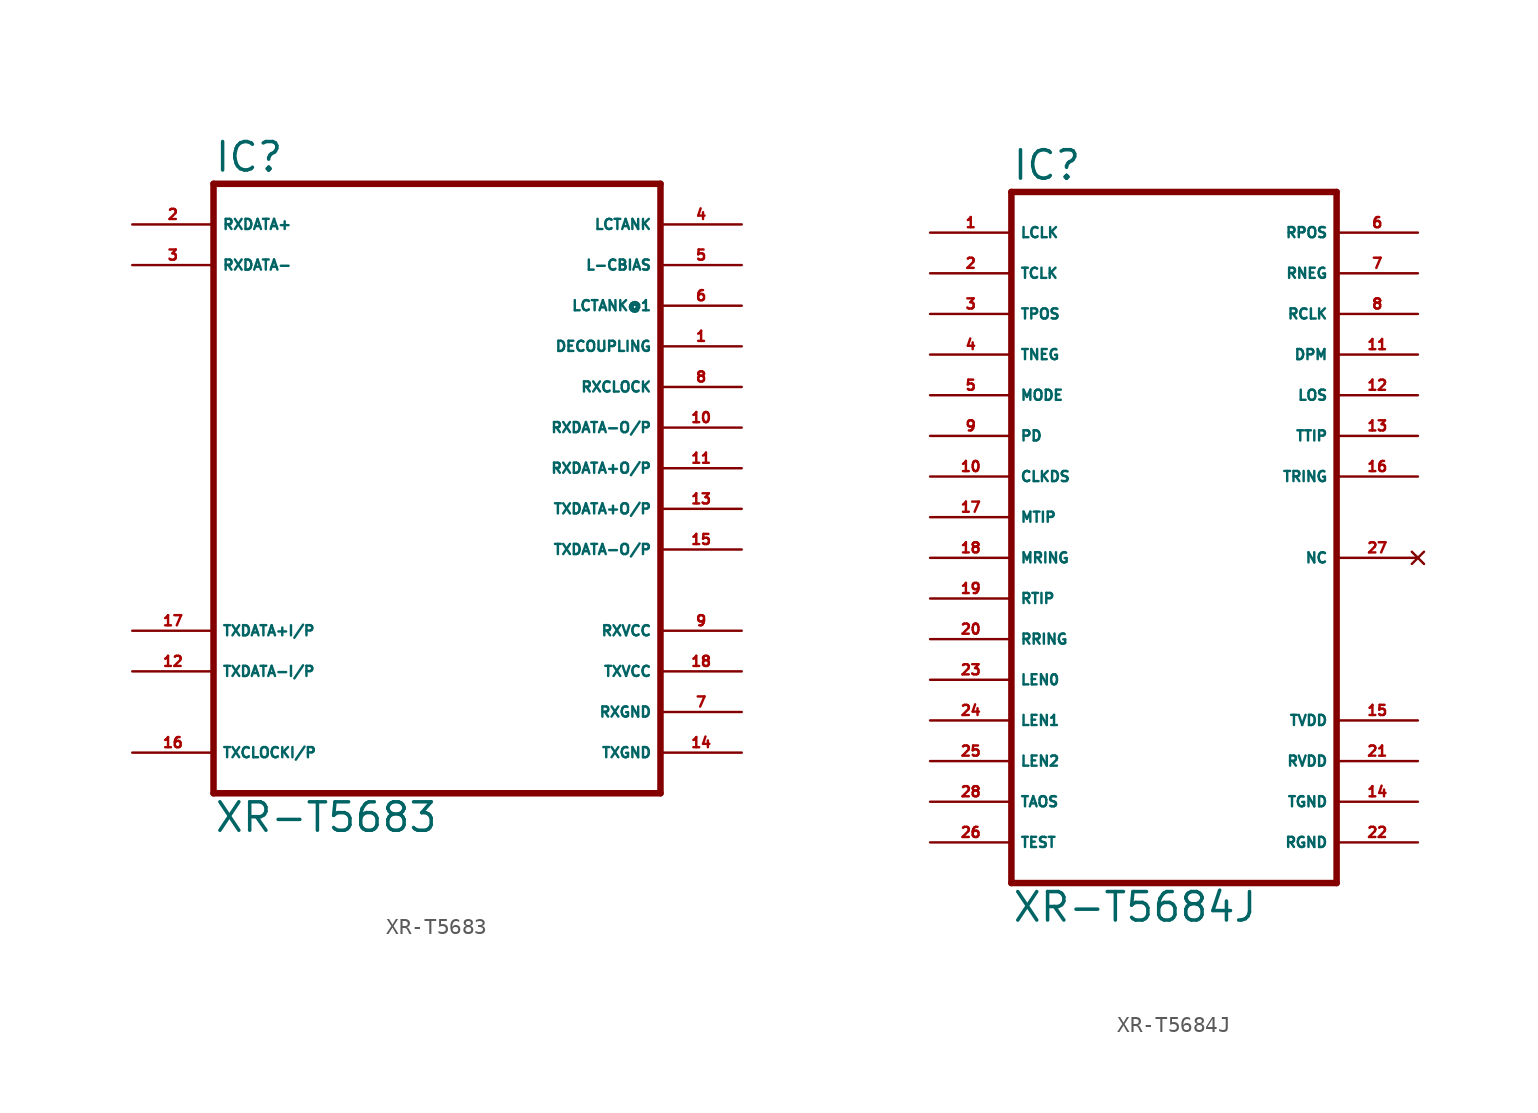
<source format=kicad_sym>
(kicad_symbol_lib
  (version 20220914)
  (generator Eagle2Kicad)
  (symbol "XR-T5683"
    (property "Reference" "IC"
      (at -12.7 20.955 0)
      (effects (font (size 1.778 1.778) (thickness 0.22)) (justify left bottom)))
    (property "Value" "XR-T5683"
      (at -12.7 -20.32 0)
      (effects (font (size 1.778 1.778) (thickness 0.22)) (justify left bottom)))
    (polyline
      (pts (xy 15.24 -17.78) (xy -12.7 -17.78))
      (stroke (width 0.406) (type default))
      (fill (type none)))
    (polyline
      (pts (xy -12.7 -17.78) (xy -12.7 20.32))
      (stroke (width 0.406) (type default))
      (fill (type none)))
    (polyline
      (pts (xy -12.7 20.32) (xy 15.24 20.32))
      (stroke (width 0.406) (type default))
      (fill (type none)))
    (polyline
      (pts (xy 15.24 20.32) (xy 15.24 -17.78))
      (stroke (width 0.406) (type default))
      (fill (type none)))
    (pin input line
      (at -17.78 17.78 0)
      (length 5.08)
      (name "RXDATA+" (effects (font (size 0.635 0.635) (thickness 0.08)) (justify left bottom)))
      (number "2" (effects (font (size 0.635 0.635) (thickness 0.08)) (justify left bottom))))
    (pin input line
      (at -17.78 15.24 0)
      (length 5.08)
      (name "RXDATA-" (effects (font (size 0.635 0.635) (thickness 0.08)) (justify left bottom)))
      (number "3" (effects (font (size 0.635 0.635) (thickness 0.08)) (justify left bottom))))
    (pin input line
      (at -17.78 -10.16 0)
      (length 5.08)
      (name "TXDATA-I/P" (effects (font (size 0.635 0.635) (thickness 0.08)) (justify left bottom)))
      (number "12" (effects (font (size 0.635 0.635) (thickness 0.08)) (justify left bottom))))
    (pin input line
      (at -17.78 -7.62 0)
      (length 5.08)
      (name "TXDATA+I/P" (effects (font (size 0.635 0.635) (thickness 0.08)) (justify left bottom)))
      (number "17" (effects (font (size 0.635 0.635) (thickness 0.08)) (justify left bottom))))
    (pin output line
      (at 20.32 17.78 180)
      (length 5.08)
      (name "LCTANK" (effects (font (size 0.635 0.635) (thickness 0.08)) (justify left bottom)))
      (number "4" (effects (font (size 0.635 0.635) (thickness 0.08)) (justify left bottom))))
    (pin output line
      (at 20.32 12.7 180)
      (length 5.08)
      (name "LCTANK@1" (effects (font (size 0.635 0.635) (thickness 0.08)) (justify left bottom)))
      (number "6" (effects (font (size 0.635 0.635) (thickness 0.08)) (justify left bottom))))
    (pin output line
      (at 20.32 10.16 180)
      (length 5.08)
      (name "DECOUPLING" (effects (font (size 0.635 0.635) (thickness 0.08)) (justify left bottom)))
      (number "1" (effects (font (size 0.635 0.635) (thickness 0.08)) (justify left bottom))))
    (pin output line
      (at 20.32 7.62 180)
      (length 5.08)
      (name "RXCLOCK" (effects (font (size 0.635 0.635) (thickness 0.08)) (justify left bottom)))
      (number "8" (effects (font (size 0.635 0.635) (thickness 0.08)) (justify left bottom))))
    (pin output line
      (at 20.32 5.08 180)
      (length 5.08)
      (name "RXDATA-O/P" (effects (font (size 0.635 0.635) (thickness 0.08)) (justify left bottom)))
      (number "10" (effects (font (size 0.635 0.635) (thickness 0.08)) (justify left bottom))))
    (pin output line
      (at 20.32 2.54 180)
      (length 5.08)
      (name "RXDATA+O/P" (effects (font (size 0.635 0.635) (thickness 0.08)) (justify left bottom)))
      (number "11" (effects (font (size 0.635 0.635) (thickness 0.08)) (justify left bottom))))
    (pin output line
      (at 20.32 0 180)
      (length 5.08)
      (name "TXDATA+O/P" (effects (font (size 0.635 0.635) (thickness 0.08)) (justify left bottom)))
      (number "13" (effects (font (size 0.635 0.635) (thickness 0.08)) (justify left bottom))))
    (pin output line
      (at 20.32 -2.54 180)
      (length 5.08)
      (name "TXDATA-O/P" (effects (font (size 0.635 0.635) (thickness 0.08)) (justify left bottom)))
      (number "15" (effects (font (size 0.635 0.635) (thickness 0.08)) (justify left bottom))))
    (pin unspecified line
      (at 20.32 -7.62 180)
      (length 5.08)
      (name "RXVCC" (effects (font (size 0.635 0.635) (thickness 0.08)) (justify left bottom)))
      (number "9" (effects (font (size 0.635 0.635) (thickness 0.08)) (justify left bottom))))
    (pin unspecified line
      (at 20.32 -10.16 180)
      (length 5.08)
      (name "TXVCC" (effects (font (size 0.635 0.635) (thickness 0.08)) (justify left bottom)))
      (number "18" (effects (font (size 0.635 0.635) (thickness 0.08)) (justify left bottom))))
    (pin unspecified line
      (at 20.32 -12.7 180)
      (length 5.08)
      (name "RXGND" (effects (font (size 0.635 0.635) (thickness 0.08)) (justify left bottom)))
      (number "7" (effects (font (size 0.635 0.635) (thickness 0.08)) (justify left bottom))))
    (pin unspecified line
      (at 20.32 -15.24 180)
      (length 5.08)
      (name "TXGND" (effects (font (size 0.635 0.635) (thickness 0.08)) (justify left bottom)))
      (number "14" (effects (font (size 0.635 0.635) (thickness 0.08)) (justify left bottom))))
    (pin output line
      (at 20.32 15.24 180)
      (length 5.08)
      (name "L-CBIAS" (effects (font (size 0.635 0.635) (thickness 0.08)) (justify left bottom)))
      (number "5" (effects (font (size 0.635 0.635) (thickness 0.08)) (justify left bottom))))
    (pin input line
      (at -17.78 -15.24 0)
      (length 5.08)
      (name "TXCLOCKI/P" (effects (font (size 0.635 0.635) (thickness 0.08)) (justify left bottom)))
      (number "16" (effects (font (size 0.635 0.635) (thickness 0.08)) (justify left bottom)))))
  (symbol "XR-T5684J"
    (property "Reference" "IC"
      (at -10.16 26.035 0)
      (effects (font (size 1.778 1.778) (thickness 0.22)) (justify left bottom)))
    (property "Value" "XR-T5684J"
      (at -10.16 -20.32 0)
      (effects (font (size 1.778 1.778) (thickness 0.22)) (justify left bottom)))
    (polyline
      (pts (xy -10.16 25.4) (xy 10.16 25.4))
      (stroke (width 0.406) (type default))
      (fill (type none)))
    (polyline
      (pts (xy 10.16 25.4) (xy 10.16 -17.78))
      (stroke (width 0.406) (type default))
      (fill (type none)))
    (polyline
      (pts (xy 10.16 -17.78) (xy -10.16 -17.78))
      (stroke (width 0.406) (type default))
      (fill (type none)))
    (polyline
      (pts (xy -10.16 -17.78) (xy -10.16 25.4))
      (stroke (width 0.406) (type default))
      (fill (type none)))
    (pin input line
      (at -15.24 22.86 0)
      (length 5.08)
      (name "LCLK" (effects (font (size 0.635 0.635) (thickness 0.08)) (justify left bottom)))
      (number "1" (effects (font (size 0.635 0.635) (thickness 0.08)) (justify left bottom))))
    (pin input line
      (at -15.24 20.32 0)
      (length 5.08)
      (name "TCLK" (effects (font (size 0.635 0.635) (thickness 0.08)) (justify left bottom)))
      (number "2" (effects (font (size 0.635 0.635) (thickness 0.08)) (justify left bottom))))
    (pin input line
      (at -15.24 17.78 0)
      (length 5.08)
      (name "TPOS" (effects (font (size 0.635 0.635) (thickness 0.08)) (justify left bottom)))
      (number "3" (effects (font (size 0.635 0.635) (thickness 0.08)) (justify left bottom))))
    (pin input line
      (at -15.24 15.24 0)
      (length 5.08)
      (name "TNEG" (effects (font (size 0.635 0.635) (thickness 0.08)) (justify left bottom)))
      (number "4" (effects (font (size 0.635 0.635) (thickness 0.08)) (justify left bottom))))
    (pin input line
      (at -15.24 12.7 0)
      (length 5.08)
      (name "MODE" (effects (font (size 0.635 0.635) (thickness 0.08)) (justify left bottom)))
      (number "5" (effects (font (size 0.635 0.635) (thickness 0.08)) (justify left bottom))))
    (pin input line
      (at -15.24 10.16 0)
      (length 5.08)
      (name "PD" (effects (font (size 0.635 0.635) (thickness 0.08)) (justify left bottom)))
      (number "9" (effects (font (size 0.635 0.635) (thickness 0.08)) (justify left bottom))))
    (pin input line
      (at -15.24 7.62 0)
      (length 5.08)
      (name "CLKDS" (effects (font (size 0.635 0.635) (thickness 0.08)) (justify left bottom)))
      (number "10" (effects (font (size 0.635 0.635) (thickness 0.08)) (justify left bottom))))
    (pin input line
      (at -15.24 5.08 0)
      (length 5.08)
      (name "MTIP" (effects (font (size 0.635 0.635) (thickness 0.08)) (justify left bottom)))
      (number "17" (effects (font (size 0.635 0.635) (thickness 0.08)) (justify left bottom))))
    (pin input line
      (at -15.24 2.54 0)
      (length 5.08)
      (name "MRING" (effects (font (size 0.635 0.635) (thickness 0.08)) (justify left bottom)))
      (number "18" (effects (font (size 0.635 0.635) (thickness 0.08)) (justify left bottom))))
    (pin input line
      (at -15.24 0 0)
      (length 5.08)
      (name "RTIP" (effects (font (size 0.635 0.635) (thickness 0.08)) (justify left bottom)))
      (number "19" (effects (font (size 0.635 0.635) (thickness 0.08)) (justify left bottom))))
    (pin input line
      (at -15.24 -2.54 0)
      (length 5.08)
      (name "RRING" (effects (font (size 0.635 0.635) (thickness 0.08)) (justify left bottom)))
      (number "20" (effects (font (size 0.635 0.635) (thickness 0.08)) (justify left bottom))))
    (pin input line
      (at -15.24 -5.08 0)
      (length 5.08)
      (name "LEN0" (effects (font (size 0.635 0.635) (thickness 0.08)) (justify left bottom)))
      (number "23" (effects (font (size 0.635 0.635) (thickness 0.08)) (justify left bottom))))
    (pin input line
      (at -15.24 -7.62 0)
      (length 5.08)
      (name "LEN1" (effects (font (size 0.635 0.635) (thickness 0.08)) (justify left bottom)))
      (number "24" (effects (font (size 0.635 0.635) (thickness 0.08)) (justify left bottom))))
    (pin input line
      (at -15.24 -10.16 0)
      (length 5.08)
      (name "LEN2" (effects (font (size 0.635 0.635) (thickness 0.08)) (justify left bottom)))
      (number "25" (effects (font (size 0.635 0.635) (thickness 0.08)) (justify left bottom))))
    (pin input line
      (at -15.24 -12.7 0)
      (length 5.08)
      (name "TAOS" (effects (font (size 0.635 0.635) (thickness 0.08)) (justify left bottom)))
      (number "28" (effects (font (size 0.635 0.635) (thickness 0.08)) (justify left bottom))))
    (pin input line
      (at -15.24 -15.24 0)
      (length 5.08)
      (name "TEST" (effects (font (size 0.635 0.635) (thickness 0.08)) (justify left bottom)))
      (number "26" (effects (font (size 0.635 0.635) (thickness 0.08)) (justify left bottom))))
    (pin output line
      (at 15.24 22.86 180)
      (length 5.08)
      (name "RPOS" (effects (font (size 0.635 0.635) (thickness 0.08)) (justify left bottom)))
      (number "6" (effects (font (size 0.635 0.635) (thickness 0.08)) (justify left bottom))))
    (pin output line
      (at 15.24 20.32 180)
      (length 5.08)
      (name "RNEG" (effects (font (size 0.635 0.635) (thickness 0.08)) (justify left bottom)))
      (number "7" (effects (font (size 0.635 0.635) (thickness 0.08)) (justify left bottom))))
    (pin output line
      (at 15.24 17.78 180)
      (length 5.08)
      (name "RCLK" (effects (font (size 0.635 0.635) (thickness 0.08)) (justify left bottom)))
      (number "8" (effects (font (size 0.635 0.635) (thickness 0.08)) (justify left bottom))))
    (pin output line
      (at 15.24 15.24 180)
      (length 5.08)
      (name "DPM" (effects (font (size 0.635 0.635) (thickness 0.08)) (justify left bottom)))
      (number "11" (effects (font (size 0.635 0.635) (thickness 0.08)) (justify left bottom))))
    (pin output line
      (at 15.24 12.7 180)
      (length 5.08)
      (name "LOS" (effects (font (size 0.635 0.635) (thickness 0.08)) (justify left bottom)))
      (number "12" (effects (font (size 0.635 0.635) (thickness 0.08)) (justify left bottom))))
    (pin output line
      (at 15.24 10.16 180)
      (length 5.08)
      (name "TTIP" (effects (font (size 0.635 0.635) (thickness 0.08)) (justify left bottom)))
      (number "13" (effects (font (size 0.635 0.635) (thickness 0.08)) (justify left bottom))))
    (pin output line
      (at 15.24 7.62 180)
      (length 5.08)
      (name "TRING" (effects (font (size 0.635 0.635) (thickness 0.08)) (justify left bottom)))
      (number "16" (effects (font (size 0.635 0.635) (thickness 0.08)) (justify left bottom))))
    (pin no_connect line
      (at 15.24 2.54 180)
      (length 5.08)
      (name "NC" (effects (font (size 0.635 0.635) (thickness 0.08)) (justify left bottom) hide))
      (number "27" (effects (font (size 0.635 0.635) (thickness 0.08)) (justify left bottom) hide)))
    (pin unspecified line
      (at 15.24 -15.24 180)
      (length 5.08)
      (name "RGND" (effects (font (size 0.635 0.635) (thickness 0.08)) (justify left bottom)))
      (number "22" (effects (font (size 0.635 0.635) (thickness 0.08)) (justify left bottom))))
    (pin unspecified line
      (at 15.24 -12.7 180)
      (length 5.08)
      (name "TGND" (effects (font (size 0.635 0.635) (thickness 0.08)) (justify left bottom)))
      (number "14" (effects (font (size 0.635 0.635) (thickness 0.08)) (justify left bottom))))
    (pin unspecified line
      (at 15.24 -10.16 180)
      (length 5.08)
      (name "RVDD" (effects (font (size 0.635 0.635) (thickness 0.08)) (justify left bottom)))
      (number "21" (effects (font (size 0.635 0.635) (thickness 0.08)) (justify left bottom))))
    (pin unspecified line
      (at 15.24 -7.62 180)
      (length 5.08)
      (name "TVDD" (effects (font (size 0.635 0.635) (thickness 0.08)) (justify left bottom)))
      (number "15" (effects (font (size 0.635 0.635) (thickness 0.08)) (justify left bottom))))))
</source>
